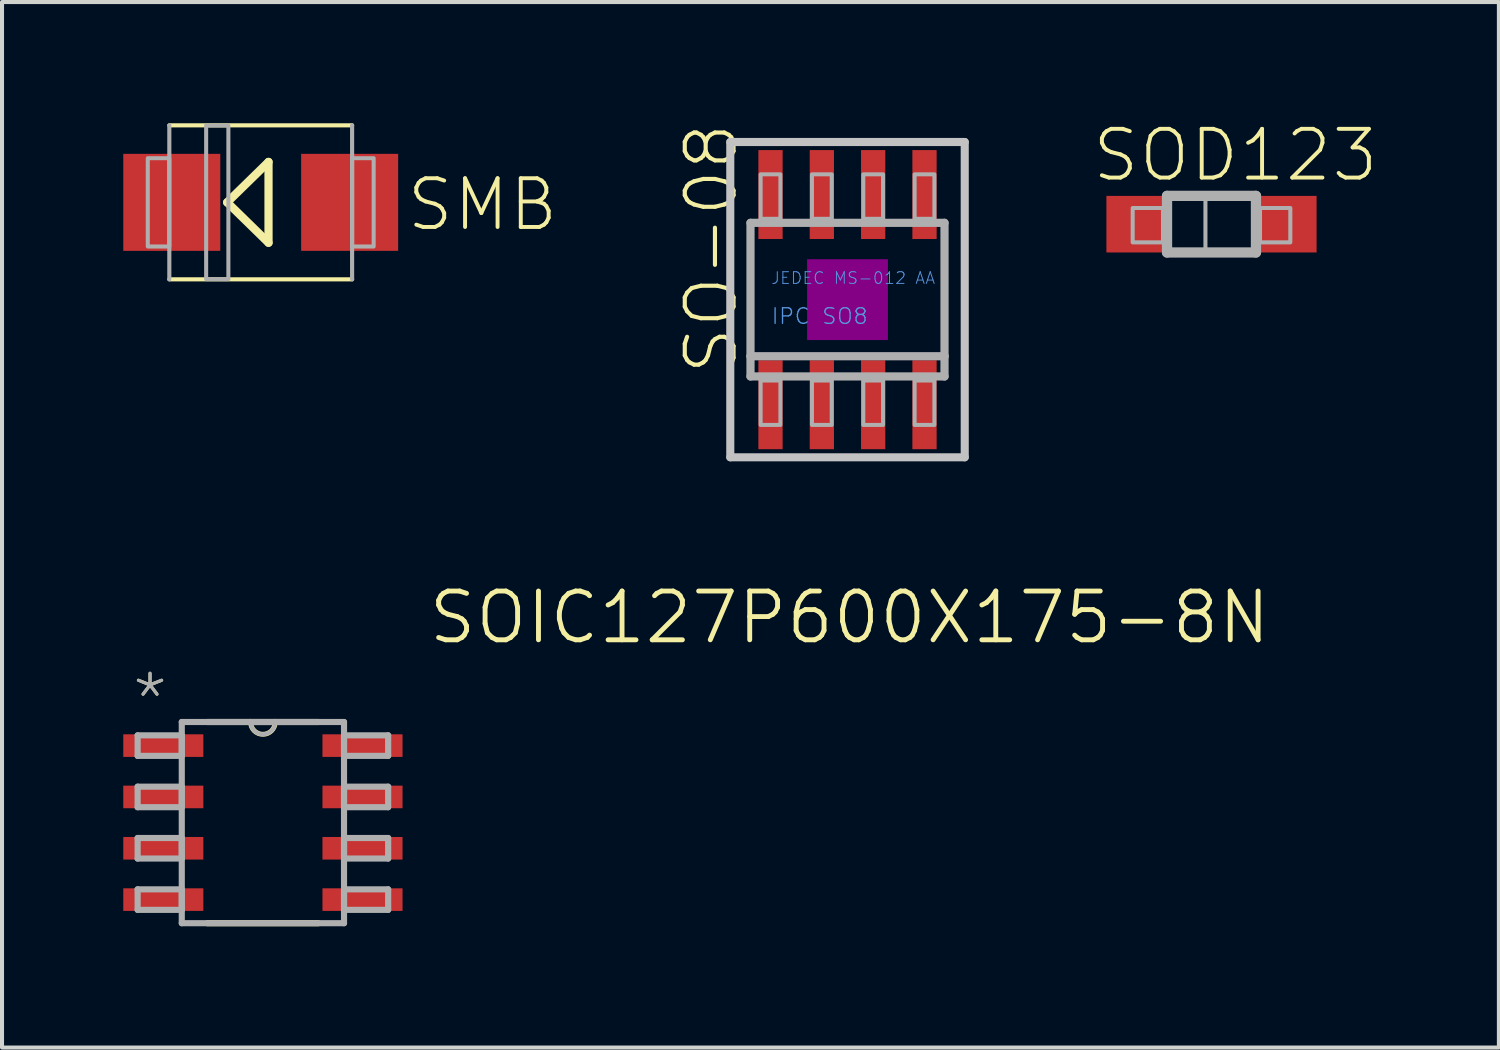
<source format=kicad_pcb>
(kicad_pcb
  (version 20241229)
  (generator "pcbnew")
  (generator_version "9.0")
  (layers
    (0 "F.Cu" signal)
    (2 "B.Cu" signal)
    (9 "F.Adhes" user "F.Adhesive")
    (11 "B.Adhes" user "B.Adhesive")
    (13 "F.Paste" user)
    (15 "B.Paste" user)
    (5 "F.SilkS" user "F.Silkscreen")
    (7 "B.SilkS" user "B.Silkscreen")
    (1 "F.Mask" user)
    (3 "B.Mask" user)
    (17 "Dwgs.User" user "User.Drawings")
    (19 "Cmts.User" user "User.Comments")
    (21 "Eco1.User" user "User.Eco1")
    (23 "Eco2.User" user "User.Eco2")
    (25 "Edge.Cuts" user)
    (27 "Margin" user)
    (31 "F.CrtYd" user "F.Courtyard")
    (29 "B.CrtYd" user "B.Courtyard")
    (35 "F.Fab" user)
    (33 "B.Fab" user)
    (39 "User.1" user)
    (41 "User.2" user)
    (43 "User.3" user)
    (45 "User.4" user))
  (footprint "SO-08"
    (layer "F.Cu")
    (at 17.917 4.363)
    (property "Reference" "SO-08" (at -2.667 1.905 90) (layer "F.SilkS") (effects (font (size 1.206 1.206) (thickness 0.102)) (justify left bottom)))
    (attr through_hole)
    (fp_poly (pts (xy -1 1) (xy 1 1) (xy 1 -1) (xy -1 -1)) (stroke (width 0) (type solid)) (fill yes) (layer "F.Adhes"))
    (fp_line (start -2.9 -3.9) (end 2.9 -3.9) (stroke (width 0.2) (type solid)) (layer "Dwgs.User"))
    (fp_line (start -2.9 3.9) (end -2.9 -3.9) (stroke (width 0.2) (type solid)) (layer "Dwgs.User"))
    (fp_line (start 2.9 -3.9) (end 2.9 3.9) (stroke (width 0.2) (type solid)) (layer "Dwgs.User"))
    (fp_line (start 2.9 3.9) (end -2.9 3.9) (stroke (width 0.2) (type solid)) (layer "Dwgs.User"))
    (fp_line (start -2.4 -1.9) (end 2.4 -1.9) (stroke (width 0.203) (type solid)) (layer "F.Fab"))
    (fp_line (start -2.4 1.4) (end -2.4 -1.9) (stroke (width 0.203) (type solid)) (layer "F.Fab"))
    (fp_line (start -2.4 1.9) (end -2.4 1.4) (stroke (width 0.203) (type solid)) (layer "F.Fab"))
    (fp_line (start 2.4 -1.9) (end 2.4 1.4) (stroke (width 0.203) (type solid)) (layer "F.Fab"))
    (fp_line (start 2.4 1.4) (end -2.4 1.4) (stroke (width 0.203) (type solid)) (layer "F.Fab"))
    (fp_line (start 2.4 1.4) (end 2.4 1.9) (stroke (width 0.203) (type solid)) (layer "F.Fab"))
    (fp_line (start 2.4 1.9) (end -2.4 1.9) (stroke (width 0.203) (type solid)) (layer "F.Fab"))
    (fp_poly (pts (xy -2.15 -2) (xy -1.66 -2) (xy -1.66 -3.1) (xy -2.15 -3.1)) (stroke (width 0.1) (type solid)) (fill no) (layer "F.Fab"))
    (fp_poly (pts (xy -2.15 3.1) (xy -1.66 3.1) (xy -1.66 2) (xy -2.15 2)) (stroke (width 0.1) (type solid)) (fill no) (layer "F.Fab"))
    (fp_poly (pts (xy -0.88 -2) (xy -0.39 -2) (xy -0.39 -3.1) (xy -0.88 -3.1)) (stroke (width 0.1) (type solid)) (fill no) (layer "F.Fab"))
    (fp_poly (pts (xy -0.88 3.1) (xy -0.39 3.1) (xy -0.39 2) (xy -0.88 2)) (stroke (width 0.1) (type solid)) (fill no) (layer "F.Fab"))
    (fp_poly (pts (xy 0.39 -2) (xy 0.88 -2) (xy 0.88 -3.1) (xy 0.39 -3.1)) (stroke (width 0.1) (type solid)) (fill no) (layer "F.Fab"))
    (fp_poly (pts (xy 0.39 3.1) (xy 0.88 3.1) (xy 0.88 2) (xy 0.39 2)) (stroke (width 0.1) (type solid)) (fill no) (layer "F.Fab"))
    (fp_poly (pts (xy 1.66 -2) (xy 2.15 -2) (xy 2.15 -3.1) (xy 1.66 -3.1)) (stroke (width 0.1) (type solid)) (fill no) (layer "F.Fab"))
    (fp_poly (pts (xy 1.66 3.1) (xy 2.15 3.1) (xy 2.15 2) (xy 1.66 2)) (stroke (width 0.1) (type solid)) (fill no) (layer "F.Fab"))
    (fp_text user "JEDEC MS-012 AA" (at -1.905 -0.365 0) (layer "Cmts.User") (effects (font (size 0.29 0.29) (thickness 0.024)) (justify left bottom)))
    (fp_text user "IPC SO8" (at -1.905 0.635 0) (layer "Cmts.User") (effects (font (size 0.386 0.386) (thickness 0.033)) (justify left bottom)))
    (pad "1" smd rect (at -1.905 2.6) (size 0.6 2.2) (layers "F.Cu" "F.Mask" "F.Paste"))
    (pad "2" smd rect (at -0.635 2.6) (size 0.6 2.2) (layers "F.Cu" "F.Mask" "F.Paste"))
    (pad "3" smd rect (at 0.635 2.6) (size 0.6 2.2) (layers "F.Cu" "F.Mask" "F.Paste"))
    (pad "4" smd rect (at 1.905 2.6) (size 0.6 2.2) (layers "F.Cu" "F.Mask" "F.Paste"))
    (pad "5" smd rect (at 1.905 -2.6) (size 0.6 2.2) (layers "F.Cu" "F.Mask" "F.Paste"))
    (pad "6" smd rect (at 0.635 -2.6) (size 0.6 2.2) (layers "F.Cu" "F.Mask" "F.Paste"))
    (pad "7" smd rect (at -0.635 -2.6) (size 0.6 2.2) (layers "F.Cu" "F.Mask" "F.Paste"))
    (pad "8" smd rect (at -1.905 -2.6) (size 0.6 2.2) (layers "F.Cu" "F.Mask" "F.Paste")))
  (footprint "SOIC127P600X175-8N"
    (layer "F.Cu")
    (at 3.454 17.301)
    (property "Reference" "SOIC127P600X175-8N" (at 4.039 -4.369 180) (layer "F.SilkS") (effects (font (size 1.206 1.206) (thickness 0.121)) (justify left bottom)))
    (attr through_hole)
    (fp_line (start -1.372 2.489) (end 1.372 2.489) (stroke (width 0.152) (type solid)) (layer "F.SilkS"))
    (fp_line (start -0.305 -2.489) (end -1.372 -2.489) (stroke (width 0.152) (type solid)) (layer "F.SilkS"))
    (fp_line (start 0.305 -2.489) (end -0.305 -2.489) (stroke (width 0.152) (type solid)) (layer "F.SilkS"))
    (fp_line (start 1.372 -2.489) (end 0.305 -2.489) (stroke (width 0.152) (type solid)) (layer "F.SilkS"))
    (fp_arc (start 0.3048 -2.4892) (mid 0 -2.1844) (end -0.3048 -2.4892) (stroke (width 0.12) (type solid)) (layer "F.SilkS"))
    (fp_line (start -3.099 -2.159) (end -3.099 -1.651) (stroke (width 0.152) (type solid)) (layer "F.Fab"))
    (fp_line (start -3.099 -1.651) (end -2.007 -1.651) (stroke (width 0.152) (type solid)) (layer "F.Fab"))
    (fp_line (start -3.099 -0.889) (end -3.099 -0.381) (stroke (width 0.152) (type solid)) (layer "F.Fab"))
    (fp_line (start -3.099 -0.381) (end -2.007 -0.381) (stroke (width 0.152) (type solid)) (layer "F.Fab"))
    (fp_line (start -3.099 0.381) (end -3.099 0.889) (stroke (width 0.152) (type solid)) (layer "F.Fab"))
    (fp_line (start -3.099 0.889) (end -2.007 0.889) (stroke (width 0.152) (type solid)) (layer "F.Fab"))
    (fp_line (start -3.099 1.651) (end -3.099 2.159) (stroke (width 0.152) (type solid)) (layer "F.Fab"))
    (fp_line (start -3.099 2.159) (end -2.007 2.159) (stroke (width 0.152) (type solid)) (layer "F.Fab"))
    (fp_line (start -2.007 -2.489) (end -2.007 2.489) (stroke (width 0.152) (type solid)) (layer "F.Fab"))
    (fp_line (start -2.007 -2.159) (end -3.099 -2.159) (stroke (width 0.152) (type solid)) (layer "F.Fab"))
    (fp_line (start -2.007 -1.651) (end -2.007 -2.159) (stroke (width 0.152) (type solid)) (layer "F.Fab"))
    (fp_line (start -2.007 -0.889) (end -3.099 -0.889) (stroke (width 0.152) (type solid)) (layer "F.Fab"))
    (fp_line (start -2.007 -0.381) (end -2.007 -0.889) (stroke (width 0.152) (type solid)) (layer "F.Fab"))
    (fp_line (start -2.007 0.381) (end -3.099 0.381) (stroke (width 0.152) (type solid)) (layer "F.Fab"))
    (fp_line (start -2.007 0.889) (end -2.007 0.381) (stroke (width 0.152) (type solid)) (layer "F.Fab"))
    (fp_line (start -2.007 1.651) (end -3.099 1.651) (stroke (width 0.152) (type solid)) (layer "F.Fab"))
    (fp_line (start -2.007 2.159) (end -2.007 1.651) (stroke (width 0.152) (type solid)) (layer "F.Fab"))
    (fp_line (start -2.007 2.489) (end 2.007 2.489) (stroke (width 0.152) (type solid)) (layer "F.Fab"))
    (fp_line (start -0.305 -2.489) (end -2.007 -2.489) (stroke (width 0.152) (type solid)) (layer "F.Fab"))
    (fp_line (start 0.305 -2.489) (end -0.305 -2.489) (stroke (width 0.152) (type solid)) (layer "F.Fab"))
    (fp_line (start 2.007 -2.489) (end 0.305 -2.489) (stroke (width 0.152) (type solid)) (layer "F.Fab"))
    (fp_line (start 2.007 -2.159) (end 2.007 -1.651) (stroke (width 0.152) (type solid)) (layer "F.Fab"))
    (fp_line (start 2.007 -1.651) (end 3.099 -1.651) (stroke (width 0.152) (type solid)) (layer "F.Fab"))
    (fp_line (start 2.007 -0.889) (end 2.007 -0.381) (stroke (width 0.152) (type solid)) (layer "F.Fab"))
    (fp_line (start 2.007 -0.381) (end 3.099 -0.381) (stroke (width 0.152) (type solid)) (layer "F.Fab"))
    (fp_line (start 2.007 0.381) (end 2.007 0.889) (stroke (width 0.152) (type solid)) (layer "F.Fab"))
    (fp_line (start 2.007 0.889) (end 3.099 0.889) (stroke (width 0.152) (type solid)) (layer "F.Fab"))
    (fp_line (start 2.007 1.651) (end 2.007 2.159) (stroke (width 0.152) (type solid)) (layer "F.Fab"))
    (fp_line (start 2.007 2.159) (end 3.099 2.159) (stroke (width 0.152) (type solid)) (layer "F.Fab"))
    (fp_line (start 2.007 2.489) (end 2.007 -2.489) (stroke (width 0.152) (type solid)) (layer "F.Fab"))
    (fp_line (start 3.099 -2.159) (end 2.007 -2.159) (stroke (width 0.152) (type solid)) (layer "F.Fab"))
    (fp_line (start 3.099 -1.651) (end 3.099 -2.159) (stroke (width 0.152) (type solid)) (layer "F.Fab"))
    (fp_line (start 3.099 -0.889) (end 2.007 -0.889) (stroke (width 0.152) (type solid)) (layer "F.Fab"))
    (fp_line (start 3.099 -0.381) (end 3.099 -0.889) (stroke (width 0.152) (type solid)) (layer "F.Fab"))
    (fp_line (start 3.099 0.381) (end 2.007 0.381) (stroke (width 0.152) (type solid)) (layer "F.Fab"))
    (fp_line (start 3.099 0.889) (end 3.099 0.381) (stroke (width 0.152) (type solid)) (layer "F.Fab"))
    (fp_line (start 3.099 1.651) (end 2.007 1.651) (stroke (width 0.152) (type solid)) (layer "F.Fab"))
    (fp_line (start 3.099 2.159) (end 3.099 1.651) (stroke (width 0.152) (type solid)) (layer "F.Fab"))
    (fp_arc (start 0.3048 -2.4892) (mid 0 -2.1844) (end -0.3048 -2.4892) (stroke (width 0.1) (type solid)) (layer "F.Fab"))
    (fp_text user "*" (at -3.302 -2.337 0) (layer "F.SilkS") (effects (font (size 1.206 1.206) (thickness 0.076)) (justify left bottom)))
    (fp_text user "*" (at -3.302 -2.337 0) (layer "F.Fab") (effects (font (size 1.206 1.206) (thickness 0.076)) (justify left bottom)))
    (pad "1" smd rect (at -2.464 -1.905) (size 1.981 0.559) (layers "F.Cu" "F.Mask" "F.Paste"))
    (pad "2" smd rect (at -2.464 -0.635) (size 1.981 0.559) (layers "F.Cu" "F.Mask" "F.Paste"))
    (pad "3" smd rect (at -2.464 0.635) (size 1.981 0.559) (layers "F.Cu" "F.Mask" "F.Paste"))
    (pad "4" smd rect (at -2.464 1.905) (size 1.981 0.559) (layers "F.Cu" "F.Mask" "F.Paste"))
    (pad "5" smd rect (at 2.464 1.905) (size 1.981 0.559) (layers "F.Cu" "F.Mask" "F.Paste"))
    (pad "6" smd rect (at 2.464 0.635) (size 1.981 0.559) (layers "F.Cu" "F.Mask" "F.Paste"))
    (pad "7" smd rect (at 2.464 -0.635) (size 1.981 0.559) (layers "F.Cu" "F.Mask" "F.Paste"))
    (pad "8" smd rect (at 2.464 -1.905) (size 1.981 0.559) (layers "F.Cu" "F.Mask" "F.Paste")))
  (footprint "SOD123"
    (layer "F.Cu")
    (at 26.922 2.496)
    (property "Reference" "SOD123" (at -3.005 -1 0) (layer "F.SilkS") (effects (font (size 1.206 1.206) (thickness 0.097)) (justify left bottom)))
    (attr through_hole)
    (fp_line (start -1.1 -0.7) (end 1.1 -0.7) (stroke (width 0.254) (type solid)) (layer "F.Fab"))
    (fp_line (start -1.1 0.7) (end -1.1 -0.7) (stroke (width 0.254) (type solid)) (layer "F.Fab"))
    (fp_line (start 1.1 -0.7) (end 1.1 0.7) (stroke (width 0.254) (type solid)) (layer "F.Fab"))
    (fp_line (start 1.1 0.7) (end -1.1 0.7) (stroke (width 0.254) (type solid)) (layer "F.Fab"))
    (fp_poly (pts (xy -1.95 0.45) (xy -1.2 0.45) (xy -1.2 -0.4) (xy -1.95 -0.4)) (stroke (width 0.1) (type solid)) (fill no) (layer "F.Fab"))
    (fp_poly (pts (xy -1.05 0.65) (xy -0.15 0.65) (xy -0.15 -0.7) (xy -1.05 -0.7)) (stroke (width 0.1) (type solid)) (fill no) (layer "F.Fab"))
    (fp_poly (pts (xy 1.2 0.45) (xy 1.95 0.45) (xy 1.95 -0.4) (xy 1.2 -0.4)) (stroke (width 0.1) (type solid)) (fill no) (layer "F.Fab"))
    (pad "A" smd rect (at 1.9 0) (size 1.4 1.4) (layers "F.Cu" "F.Mask" "F.Paste"))
    (pad "C" smd rect (at -1.9 0) (size 1.4 1.4) (layers "F.Cu" "F.Mask" "F.Paste")))
  (footprint "SMB"
    (layer "F.Cu")
    (at 3.4 1.956)
    (property "Reference" "SMB" (at 3.556 0.762 0) (layer "F.SilkS") (effects (font (size 1.206 1.206) (thickness 0.097)) (justify left bottom)))
    (attr through_hole)
    (fp_line (start -2.261 -1.905) (end 2.261 -1.905) (stroke (width 0.102) (type solid)) (layer "F.SilkS"))
    (fp_line (start -2.261 1.905) (end 2.261 1.905) (stroke (width 0.102) (type solid)) (layer "F.SilkS"))
    (fp_line (start -0.83 0) (end 0.193 1) (stroke (width 0.203) (type solid)) (layer "F.SilkS"))
    (fp_line (start 0.193 -1) (end -0.83 0) (stroke (width 0.203) (type solid)) (layer "F.SilkS"))
    (fp_line (start 0.193 1) (end 0.193 -1) (stroke (width 0.203) (type solid)) (layer "F.SilkS"))
    (fp_line (start -2.261 1.905) (end -2.261 -1.905) (stroke (width 0.102) (type solid)) (layer "F.Fab"))
    (fp_line (start 2.261 1.905) (end 2.261 -1.905) (stroke (width 0.102) (type solid)) (layer "F.Fab"))
    (fp_poly (pts (xy -2.794 1.092) (xy -2.261 1.092) (xy -2.261 -1.092) (xy -2.794 -1.092)) (stroke (width 0.1) (type solid)) (fill no) (layer "F.Fab"))
    (fp_poly (pts (xy -1.35 1.9) (xy -0.8 1.9) (xy -0.8 -1.9) (xy -1.35 -1.9)) (stroke (width 0.1) (type solid)) (fill no) (layer "F.Fab"))
    (fp_poly (pts (xy 2.261 1.092) (xy 2.794 1.092) (xy 2.794 -1.092) (xy 2.261 -1.092)) (stroke (width 0.1) (type solid)) (fill no) (layer "F.Fab"))
    (pad "A" smd rect (at 2.2 0) (size 2.4 2.4) (layers "F.Cu" "F.Mask" "F.Paste"))
    (pad "C" smd rect (at -2.2 0) (size 2.4 2.4) (layers "F.Cu" "F.Mask" "F.Paste")))
  (gr_rect
    (start -3 -3)
    (end 34.032 22.866)
    (stroke (width 0.1) (type default))
    (fill no)
    (layer "Edge.Cuts")))
</source>
